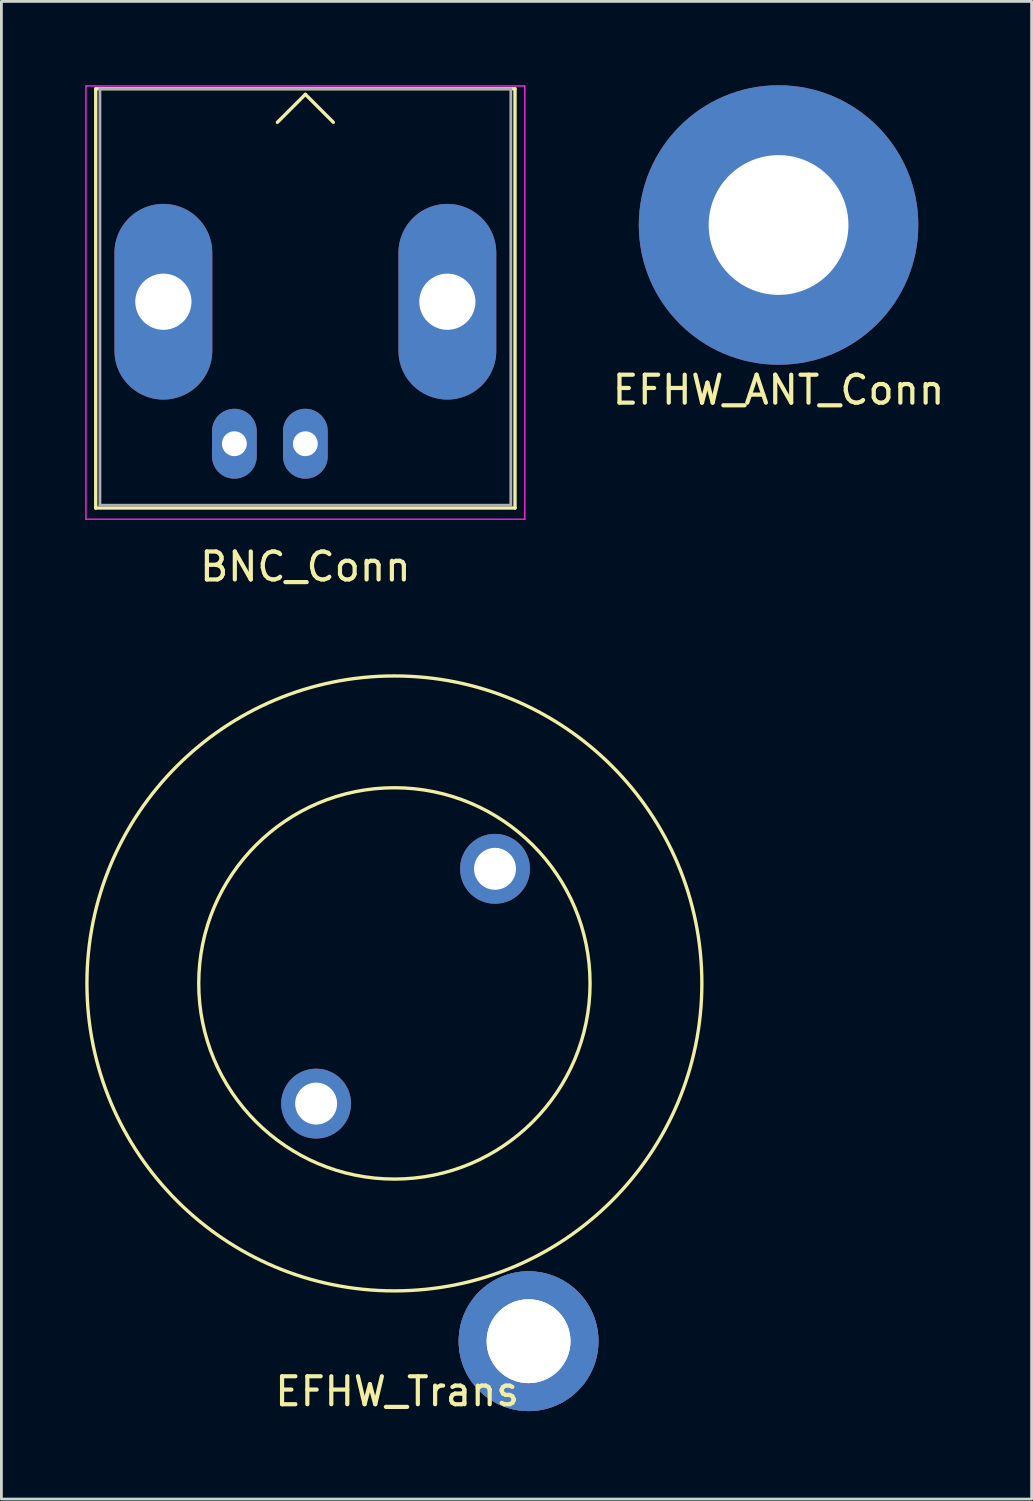
<source format=kicad_pcb>
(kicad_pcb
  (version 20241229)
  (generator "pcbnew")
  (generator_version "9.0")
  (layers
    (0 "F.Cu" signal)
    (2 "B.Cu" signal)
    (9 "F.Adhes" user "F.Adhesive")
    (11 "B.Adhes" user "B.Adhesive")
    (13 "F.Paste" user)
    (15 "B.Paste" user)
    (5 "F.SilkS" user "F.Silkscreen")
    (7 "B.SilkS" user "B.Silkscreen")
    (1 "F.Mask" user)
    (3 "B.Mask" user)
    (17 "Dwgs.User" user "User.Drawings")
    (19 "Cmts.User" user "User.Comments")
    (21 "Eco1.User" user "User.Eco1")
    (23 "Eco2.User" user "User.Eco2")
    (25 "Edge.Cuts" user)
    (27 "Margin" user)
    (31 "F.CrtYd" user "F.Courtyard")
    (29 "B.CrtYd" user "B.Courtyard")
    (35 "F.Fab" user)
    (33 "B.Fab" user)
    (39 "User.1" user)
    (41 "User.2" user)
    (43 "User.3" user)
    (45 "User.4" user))
  (footprint "BNC_Conn"
    (layer "F.Cu")
    (at 7.875 6.525)
    (property "Reference" "BNC_Conn" (at 0 10.7 0) (layer "F.SilkS") (effects (font (size 1 1) (thickness 0.15))))
    (attr through_hole)
    (fp_line (start -7.5 -6.4) (end 7.5 -6.4) (stroke (width 0.12) (type solid)) (layer "F.SilkS"))
    (fp_line (start -7.5 8.6) (end -7.5 -6.4) (stroke (width 0.12) (type solid)) (layer "F.SilkS"))
    (fp_line (start 0 -6.2) (end -1 -5.2) (stroke (width 0.12) (type solid)) (layer "F.SilkS"))
    (fp_line (start 0 -6.2) (end 1 -5.2) (stroke (width 0.12) (type solid)) (layer "F.SilkS"))
    (fp_line (start 7.5 -6.4) (end 7.5 8.6) (stroke (width 0.12) (type solid)) (layer "F.SilkS"))
    (fp_line (start 7.5 8.6) (end -7.5 8.6) (stroke (width 0.12) (type solid)) (layer "F.SilkS"))
    (fp_line (start -7.85 9) (end -7.85 -6.5) (stroke (width 0.05) (type solid)) (layer "F.CrtYd"))
    (fp_line (start -7.85 9) (end 7.85 9) (stroke (width 0.05) (type solid)) (layer "F.CrtYd"))
    (fp_line (start 7.85 -6.5) (end -7.85 -6.5) (stroke (width 0.05) (type solid)) (layer "F.CrtYd"))
    (fp_line (start 7.85 9) (end 7.85 -6.5) (stroke (width 0.05) (type solid)) (layer "F.CrtYd"))
    (fp_line (start -7.35 -6.4) (end -7.35 8.5) (stroke (width 0.1) (type solid)) (layer "F.Fab"))
    (fp_line (start -7.35 8.5) (end 7.35 8.5) (stroke (width 0.1) (type solid)) (layer "F.Fab"))
    (fp_line (start 7.35 -6.4) (end -7.35 -6.4) (stroke (width 0.1) (type solid)) (layer "F.Fab"))
    (fp_line (start 7.35 8.5) (end 7.35 -6.4) (stroke (width 0.1) (type solid)) (layer "F.Fab"))
    (pad "1" thru_hole oval (at 0 6.3) (size 1.6 2.5) (drill 0.89) (layers "*.Cu" "*.Mask"))
    (pad "2" thru_hole oval (at -5.08 1.22) (size 3.5 7) (drill 2.01) (layers "*.Cu" "*.Mask"))
    (pad "2" thru_hole oval (at -2.54 6.3) (size 1.6 2.5) (drill 0.89) (layers "*.Cu" "*.Mask"))
    (pad "2" thru_hole oval (at 5.08 1.22) (size 3.5 7) (drill 2.01) (layers "*.Cu" "*.Mask")))
  (footprint "EFHW_Trans"
    (layer "F.Cu")
    (at 11.06 32.133)
    (property "Reference" "EFHW_Trans" (at 0.1 14.6 0) (layer "F.SilkS") (effects (font (size 1 1) (thickness 0.15))))
    (attr through_hole)
    (fp_circle (center 0 0) (end 7 0) (stroke (width 0.12) (type solid)) (fill no) (layer "F.SilkS"))
    (fp_circle (center 0 0) (end 11 0) (stroke (width 0.12) (type solid)) (fill no) (layer "F.SilkS"))
    (pad "1" thru_hole circle (at -2.8 4.3) (size 2.5 2.5) (drill 1.5) (layers "*.Cu" "*.Mask"))
    (pad "2" thru_hole circle (at 4.8 12.8) (size 5 5) (drill 3) (layers "*.Cu" "*.Mask"))
    (pad "3" thru_hole circle (at 4.8 12.8) (size 5 5) (drill 3) (layers "*.Cu" "*.Mask"))
    (pad "4" thru_hole circle (at 3.6 -4.1) (size 2.5 2.5) (drill 1.5) (layers "*.Cu" "*.Mask")))
  (footprint "EFHW_ANT_Conn"
    (layer "F.Cu")
    (at 24.804 5)
    (property "Reference" "EFHW_ANT_Conn" (at 0 5.9 0) (layer "F.SilkS") (effects (font (size 1 1) (thickness 0.15))))
    (attr through_hole)
    (pad "1" thru_hole circle (at 0 0) (size 10 10) (drill 5) (layers "*.Cu" "*.Mask")))
  (gr_rect
    (start -3 -3)
    (end 33.857 50.581)
    (stroke (width 0.1) (type default))
    (fill no)
    (layer "Edge.Cuts")))
</source>
